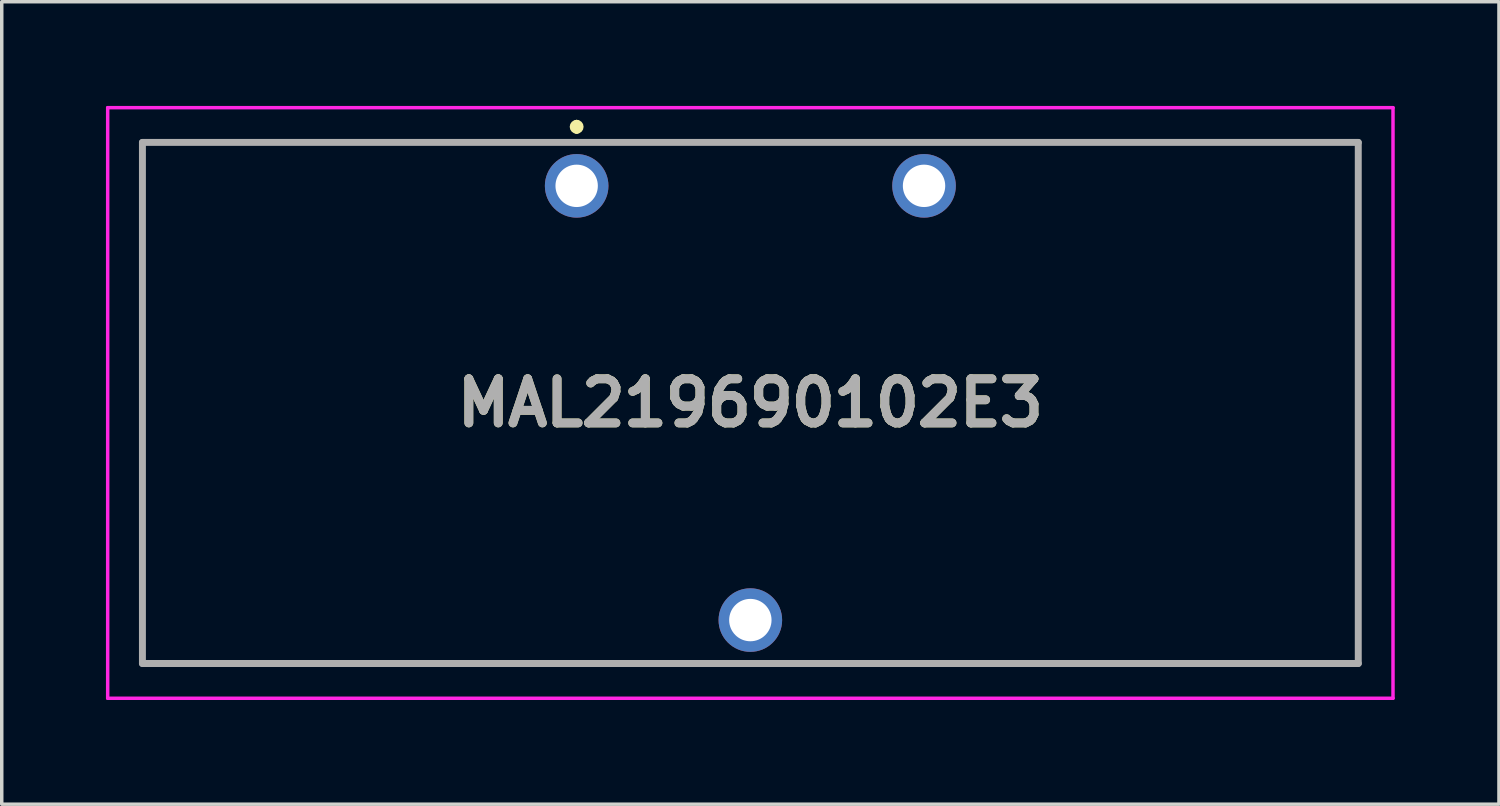
<source format=kicad_pcb>
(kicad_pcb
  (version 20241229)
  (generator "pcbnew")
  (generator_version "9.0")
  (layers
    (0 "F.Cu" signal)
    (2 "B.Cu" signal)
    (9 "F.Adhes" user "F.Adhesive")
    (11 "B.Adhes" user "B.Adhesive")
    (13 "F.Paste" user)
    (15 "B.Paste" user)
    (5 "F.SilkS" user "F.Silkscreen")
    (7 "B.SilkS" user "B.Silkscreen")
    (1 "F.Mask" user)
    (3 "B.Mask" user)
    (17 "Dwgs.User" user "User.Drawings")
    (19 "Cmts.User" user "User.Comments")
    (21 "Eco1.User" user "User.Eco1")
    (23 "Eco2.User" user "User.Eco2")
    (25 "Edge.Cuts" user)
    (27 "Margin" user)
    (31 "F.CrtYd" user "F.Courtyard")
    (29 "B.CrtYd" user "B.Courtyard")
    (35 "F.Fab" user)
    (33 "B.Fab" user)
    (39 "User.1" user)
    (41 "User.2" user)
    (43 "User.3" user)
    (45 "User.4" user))
  (footprint "MAL219690102E3"
    (layer "F.Cu")
    (at 13.55 2.3)
    (property "Reference" "MAL219690102E3" (at 5 6.25 0) (layer "F.SilkS") (effects (font (size 1.27 1.27) (thickness 0.254))))
    (attr through_hole)
    (fp_line (start -12.5 -1.25) (end 22.5 -1.25) (stroke (width 0.1) (type solid)) (layer "F.SilkS"))
    (fp_line (start -12.5 13.75) (end -12.5 -1.25) (stroke (width 0.1) (type solid)) (layer "F.SilkS"))
    (fp_line (start 0 -1.8) (end 0 -1.8) (stroke (width 0.2) (type solid)) (layer "F.SilkS"))
    (fp_line (start 0 -1.6) (end 0 -1.6) (stroke (width 0.2) (type solid)) (layer "F.SilkS"))
    (fp_line (start 22.5 -1.25) (end 22.5 13.75) (stroke (width 0.1) (type solid)) (layer "F.SilkS"))
    (fp_line (start 22.5 13.75) (end -12.5 13.75) (stroke (width 0.1) (type solid)) (layer "F.SilkS"))
    (fp_arc (start 0 -1.8) (mid 0.1 -1.7) (end 0 -1.6) (stroke (width 0.2) (type solid)) (layer "F.SilkS"))
    (fp_arc (start 0 -1.6) (mid -0.1 -1.7) (end 0 -1.8) (stroke (width 0.2) (type solid)) (layer "F.SilkS"))
    (fp_line (start -13.5 -2.25) (end 23.5 -2.25) (stroke (width 0.1) (type solid)) (layer "F.CrtYd"))
    (fp_line (start -13.5 14.75) (end -13.5 -2.25) (stroke (width 0.1) (type solid)) (layer "F.CrtYd"))
    (fp_line (start 23.5 -2.25) (end 23.5 14.75) (stroke (width 0.1) (type solid)) (layer "F.CrtYd"))
    (fp_line (start 23.5 14.75) (end -13.5 14.75) (stroke (width 0.1) (type solid)) (layer "F.CrtYd"))
    (fp_line (start -12.5 -1.25) (end 22.5 -1.25) (stroke (width 0.2) (type solid)) (layer "F.Fab"))
    (fp_line (start -12.5 13.75) (end -12.5 -1.25) (stroke (width 0.2) (type solid)) (layer "F.Fab"))
    (fp_line (start 22.5 -1.25) (end 22.5 13.75) (stroke (width 0.2) (type solid)) (layer "F.Fab"))
    (fp_line (start 22.5 13.75) (end -12.5 13.75) (stroke (width 0.2) (type solid)) (layer "F.Fab"))
    (fp_text user "${REFERENCE}" (at 5 6.25 0) (layer "F.Fab") (effects (font (size 1.27 1.27) (thickness 0.254))))
    (pad "1" thru_hole circle (at 0 0) (size 1.83 1.83) (drill 1.22) (layers "*.Cu" "*.Mask"))
    (pad "2" thru_hole circle (at 10 0) (size 1.83 1.83) (drill 1.22) (layers "*.Cu" "*.Mask"))
    (pad "3" thru_hole circle (at 5 12.5) (size 1.83 1.83) (drill 1.22) (layers "*.Cu" "*.Mask")))
  (gr_rect
    (start -3 -3)
    (end 40.1 20.1)
    (stroke (width 0.1) (type default))
    (fill no)
    (layer "Edge.Cuts")))
</source>
